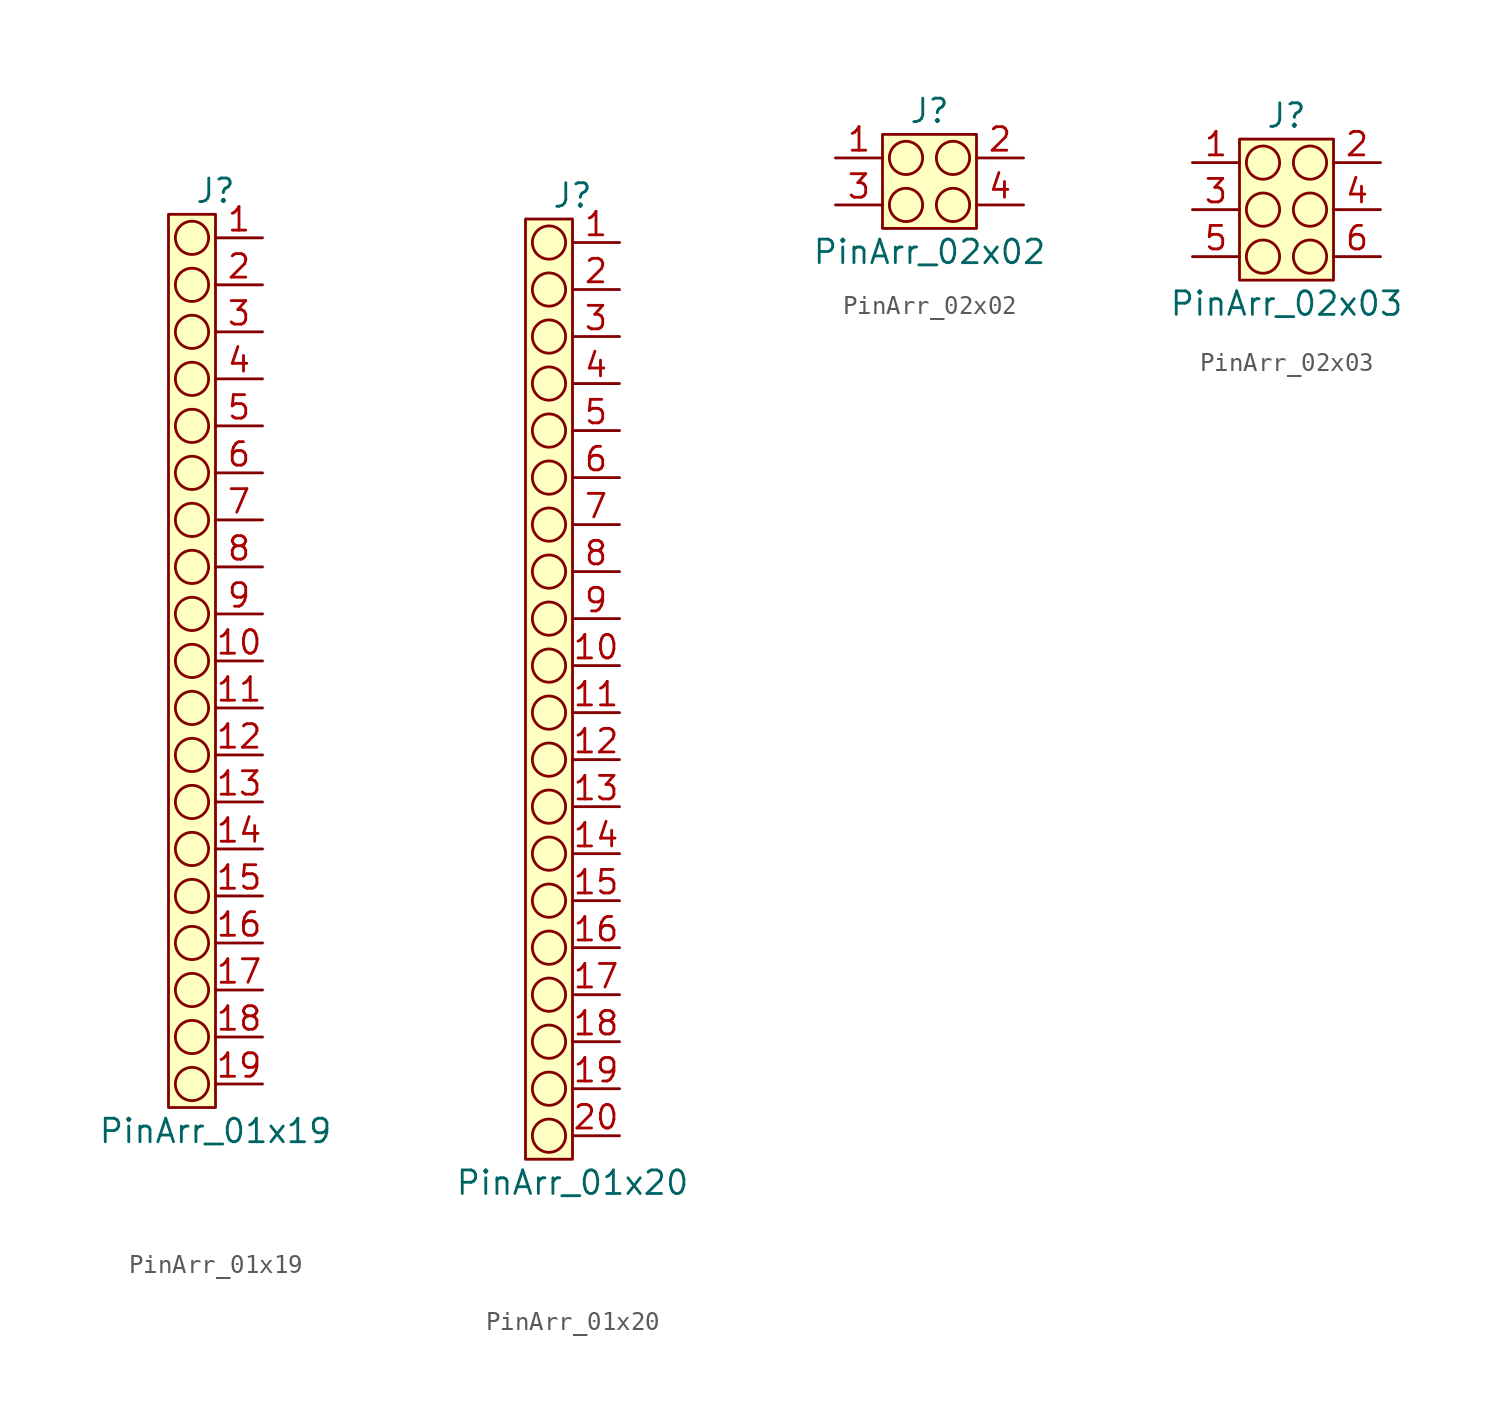
<source format=kicad_sym>
(kicad_symbol_lib
  (version 20220914)
  (generator kicad_symbol_editor)
  (symbol "PinArr_01x19"
    (property "Reference" "J"
      (at 0 25.4 0)
      (effects (font (size 1.27 1.27))))
    (property "Value" "PinArr_01x19"
      (at 0 -25.4 0)
      (effects (font (size 1.27 1.27))))
    (symbol "PinArr_01x19_0_1"
      (circle (center -1.27 -22.86) (radius 0.898) (stroke (width 0) (type default)) (fill (type none)))
      (circle (center -1.27 -20.32) (radius 0.898) (stroke (width 0) (type default)) (fill (type none)))
      (circle (center -1.27 -17.78) (radius 0.898) (stroke (width 0) (type default)) (fill (type none)))
      (circle (center -1.27 -15.24) (radius 0.898) (stroke (width 0) (type default)) (fill (type none)))
      (circle (center -1.27 -12.7) (radius 0.898) (stroke (width 0) (type default)) (fill (type none)))
      (circle (center -1.27 -10.16) (radius 0.898) (stroke (width 0) (type default)) (fill (type none)))
      (circle (center -1.27 -7.62) (radius 0.898) (stroke (width 0) (type default)) (fill (type none)))
      (circle (center -1.27 -5.08) (radius 0.898) (stroke (width 0) (type default)) (fill (type none)))
      (circle (center -1.27 -2.54) (radius 0.898) (stroke (width 0) (type default)) (fill (type none)))
      (circle (center -1.27 0) (radius 0.898) (stroke (width 0) (type default)) (fill (type none)))
      (circle (center -1.27 2.54) (radius 0.898) (stroke (width 0) (type default)) (fill (type none)))
      (circle (center -1.27 5.08) (radius 0.898) (stroke (width 0) (type default)) (fill (type none)))
      (circle (center -1.27 7.62) (radius 0.898) (stroke (width 0) (type default)) (fill (type none)))
      (circle (center -1.27 10.16) (radius 0.898) (stroke (width 0) (type default)) (fill (type none)))
      (circle (center -1.27 12.7) (radius 0.898) (stroke (width 0) (type default)) (fill (type none)))
      (circle (center -1.27 15.24) (radius 0.898) (stroke (width 0) (type default)) (fill (type none)))
      (circle (center -1.27 17.78) (radius 0.898) (stroke (width 0) (type default)) (fill (type none)))
      (circle (center -1.27 20.32) (radius 0.898) (stroke (width 0) (type default)) (fill (type none)))
      (circle (center -1.27 22.86) (radius 0.898) (stroke (width 0) (type default)) (fill (type none))))
    (symbol "PinArr_01x19_1_1"
      (rectangle (start -2.54 24.13) (end 0 -24.13) (stroke (width 0) (type default)) (fill (type background)))
      (pin passive line (at 2.54 22.86 180) (length 2.54) (name "" (effects (font (size 1.27 1.27)))) (number "1" (effects (font (size 1.27 1.27)))))
      (pin passive line (at 2.54 0 180) (length 2.54) (name "" (effects (font (size 1.27 1.27)))) (number "10" (effects (font (size 1.27 1.27)))))
      (pin passive line (at 2.54 -2.54 180) (length 2.54) (name "" (effects (font (size 1.27 1.27)))) (number "11" (effects (font (size 1.27 1.27)))))
      (pin passive line (at 2.54 -5.08 180) (length 2.54) (name "" (effects (font (size 1.27 1.27)))) (number "12" (effects (font (size 1.27 1.27)))))
      (pin passive line (at 2.54 -7.62 180) (length 2.54) (name "" (effects (font (size 1.27 1.27)))) (number "13" (effects (font (size 1.27 1.27)))))
      (pin passive line (at 2.54 -10.16 180) (length 2.54) (name "" (effects (font (size 1.27 1.27)))) (number "14" (effects (font (size 1.27 1.27)))))
      (pin passive line (at 2.54 -12.7 180) (length 2.54) (name "" (effects (font (size 1.27 1.27)))) (number "15" (effects (font (size 1.27 1.27)))))
      (pin passive line (at 2.54 -15.24 180) (length 2.54) (name "" (effects (font (size 1.27 1.27)))) (number "16" (effects (font (size 1.27 1.27)))))
      (pin passive line (at 2.54 -17.78 180) (length 2.54) (name "" (effects (font (size 1.27 1.27)))) (number "17" (effects (font (size 1.27 1.27)))))
      (pin passive line (at 2.54 -20.32 180) (length 2.54) (name "" (effects (font (size 1.27 1.27)))) (number "18" (effects (font (size 1.27 1.27)))))
      (pin passive line (at 2.54 -22.86 180) (length 2.54) (name "" (effects (font (size 1.27 1.27)))) (number "19" (effects (font (size 1.27 1.27)))))
      (pin passive line (at 2.54 20.32 180) (length 2.54) (name "" (effects (font (size 1.27 1.27)))) (number "2" (effects (font (size 1.27 1.27)))))
      (pin passive line (at 2.54 17.78 180) (length 2.54) (name "" (effects (font (size 1.27 1.27)))) (number "3" (effects (font (size 1.27 1.27)))))
      (pin passive line (at 2.54 15.24 180) (length 2.54) (name "" (effects (font (size 1.27 1.27)))) (number "4" (effects (font (size 1.27 1.27)))))
      (pin passive line (at 2.54 12.7 180) (length 2.54) (name "" (effects (font (size 1.27 1.27)))) (number "5" (effects (font (size 1.27 1.27)))))
      (pin passive line (at 2.54 10.16 180) (length 2.54) (name "" (effects (font (size 1.27 1.27)))) (number "6" (effects (font (size 1.27 1.27)))))
      (pin passive line (at 2.54 7.62 180) (length 2.54) (name "" (effects (font (size 1.27 1.27)))) (number "7" (effects (font (size 1.27 1.27)))))
      (pin passive line (at 2.54 5.08 180) (length 2.54) (name "" (effects (font (size 1.27 1.27)))) (number "8" (effects (font (size 1.27 1.27)))))
      (pin passive line (at 2.54 2.54 180) (length 2.54) (name "" (effects (font (size 1.27 1.27)))) (number "9" (effects (font (size 1.27 1.27)))))))
  (symbol "PinArr_01x20"
    (property "Reference" "J"
      (at 0 26.67 0)
      (effects (font (size 1.27 1.27))))
    (property "Value" "PinArr_01x20"
      (at 0 -26.67 0)
      (effects (font (size 1.27 1.27))))
    (symbol "PinArr_01x20_0_1"
      (circle (center -1.27 -24.13) (radius 0.898) (stroke (width 0) (type default)) (fill (type none)))
      (circle (center -1.27 -21.59) (radius 0.898) (stroke (width 0) (type default)) (fill (type none)))
      (circle (center -1.27 -19.05) (radius 0.898) (stroke (width 0) (type default)) (fill (type none)))
      (circle (center -1.27 -16.51) (radius 0.898) (stroke (width 0) (type default)) (fill (type none)))
      (circle (center -1.27 -13.97) (radius 0.898) (stroke (width 0) (type default)) (fill (type none)))
      (circle (center -1.27 -11.43) (radius 0.898) (stroke (width 0) (type default)) (fill (type none)))
      (circle (center -1.27 -8.89) (radius 0.898) (stroke (width 0) (type default)) (fill (type none)))
      (circle (center -1.27 -6.35) (radius 0.898) (stroke (width 0) (type default)) (fill (type none)))
      (circle (center -1.27 -3.81) (radius 0.898) (stroke (width 0) (type default)) (fill (type none)))
      (circle (center -1.27 -1.27) (radius 0.898) (stroke (width 0) (type default)) (fill (type none)))
      (circle (center -1.27 1.27) (radius 0.898) (stroke (width 0) (type default)) (fill (type none)))
      (circle (center -1.27 3.81) (radius 0.898) (stroke (width 0) (type default)) (fill (type none)))
      (circle (center -1.27 6.35) (radius 0.898) (stroke (width 0) (type default)) (fill (type none)))
      (circle (center -1.27 8.89) (radius 0.898) (stroke (width 0) (type default)) (fill (type none)))
      (circle (center -1.27 11.43) (radius 0.898) (stroke (width 0) (type default)) (fill (type none)))
      (circle (center -1.27 13.97) (radius 0.898) (stroke (width 0) (type default)) (fill (type none)))
      (circle (center -1.27 16.51) (radius 0.898) (stroke (width 0) (type default)) (fill (type none)))
      (circle (center -1.27 19.05) (radius 0.898) (stroke (width 0) (type default)) (fill (type none)))
      (circle (center -1.27 21.59) (radius 0.898) (stroke (width 0) (type default)) (fill (type none)))
      (circle (center -1.27 24.13) (radius 0.898) (stroke (width 0) (type default)) (fill (type none))))
    (symbol "PinArr_01x20_1_1"
      (rectangle (start -2.54 25.4) (end 0 -25.4) (stroke (width 0) (type default)) (fill (type background)))
      (pin passive line (at 2.54 24.13 180) (length 2.54) (name "" (effects (font (size 1.27 1.27)))) (number "1" (effects (font (size 1.27 1.27)))))
      (pin passive line (at 2.54 1.27 180) (length 2.54) (name "" (effects (font (size 1.27 1.27)))) (number "10" (effects (font (size 1.27 1.27)))))
      (pin passive line (at 2.54 -1.27 180) (length 2.54) (name "" (effects (font (size 1.27 1.27)))) (number "11" (effects (font (size 1.27 1.27)))))
      (pin passive line (at 2.54 -3.81 180) (length 2.54) (name "" (effects (font (size 1.27 1.27)))) (number "12" (effects (font (size 1.27 1.27)))))
      (pin passive line (at 2.54 -6.35 180) (length 2.54) (name "" (effects (font (size 1.27 1.27)))) (number "13" (effects (font (size 1.27 1.27)))))
      (pin passive line (at 2.54 -8.89 180) (length 2.54) (name "" (effects (font (size 1.27 1.27)))) (number "14" (effects (font (size 1.27 1.27)))))
      (pin passive line (at 2.54 -11.43 180) (length 2.54) (name "" (effects (font (size 1.27 1.27)))) (number "15" (effects (font (size 1.27 1.27)))))
      (pin passive line (at 2.54 -13.97 180) (length 2.54) (name "" (effects (font (size 1.27 1.27)))) (number "16" (effects (font (size 1.27 1.27)))))
      (pin passive line (at 2.54 -16.51 180) (length 2.54) (name "" (effects (font (size 1.27 1.27)))) (number "17" (effects (font (size 1.27 1.27)))))
      (pin passive line (at 2.54 -19.05 180) (length 2.54) (name "" (effects (font (size 1.27 1.27)))) (number "18" (effects (font (size 1.27 1.27)))))
      (pin passive line (at 2.54 -21.59 180) (length 2.54) (name "" (effects (font (size 1.27 1.27)))) (number "19" (effects (font (size 1.27 1.27)))))
      (pin passive line (at 2.54 21.59 180) (length 2.54) (name "" (effects (font (size 1.27 1.27)))) (number "2" (effects (font (size 1.27 1.27)))))
      (pin passive line (at 2.54 -24.13 180) (length 2.54) (name "" (effects (font (size 1.27 1.27)))) (number "20" (effects (font (size 1.27 1.27)))))
      (pin passive line (at 2.54 19.05 180) (length 2.54) (name "" (effects (font (size 1.27 1.27)))) (number "3" (effects (font (size 1.27 1.27)))))
      (pin passive line (at 2.54 16.51 180) (length 2.54) (name "" (effects (font (size 1.27 1.27)))) (number "4" (effects (font (size 1.27 1.27)))))
      (pin passive line (at 2.54 13.97 180) (length 2.54) (name "" (effects (font (size 1.27 1.27)))) (number "5" (effects (font (size 1.27 1.27)))))
      (pin passive line (at 2.54 11.43 180) (length 2.54) (name "" (effects (font (size 1.27 1.27)))) (number "6" (effects (font (size 1.27 1.27)))))
      (pin passive line (at 2.54 8.89 180) (length 2.54) (name "" (effects (font (size 1.27 1.27)))) (number "7" (effects (font (size 1.27 1.27)))))
      (pin passive line (at 2.54 6.35 180) (length 2.54) (name "" (effects (font (size 1.27 1.27)))) (number "8" (effects (font (size 1.27 1.27)))))
      (pin passive line (at 2.54 3.81 180) (length 2.54) (name "" (effects (font (size 1.27 1.27)))) (number "9" (effects (font (size 1.27 1.27)))))))
  (symbol "PinArr_02x02"
    (property "Reference" "J"
      (at 0 3.81 0)
      (effects (font (size 1.27 1.27))))
    (property "Value" "PinArr_02x02"
      (at 0 -3.81 0)
      (effects (font (size 1.27 1.27))))
    (symbol "PinArr_02x02_0_1"
      (circle (center -1.27 -1.27) (radius 0.898) (stroke (width 0) (type default)) (fill (type none)))
      (circle (center -1.27 1.27) (radius 0.898) (stroke (width 0) (type default)) (fill (type none)))
      (circle (center 1.27 -1.27) (radius 0.898) (stroke (width 0) (type default)) (fill (type none)))
      (circle (center 1.27 1.27) (radius 0.898) (stroke (width 0) (type default)) (fill (type none))))
    (symbol "PinArr_02x02_1_1"
      (rectangle (start -2.54 2.54) (end 2.54 -2.54) (stroke (width 0) (type default)) (fill (type background)))
      (pin passive line (at -5.08 1.27 0) (length 2.54) (name "" (effects (font (size 1.27 1.27)))) (number "1" (effects (font (size 1.27 1.27)))))
      (pin passive line (at 5.08 1.27 180) (length 2.54) (name "" (effects (font (size 1.27 1.27)))) (number "2" (effects (font (size 1.27 1.27)))))
      (pin passive line (at -5.08 -1.27 0) (length 2.54) (name "" (effects (font (size 1.27 1.27)))) (number "3" (effects (font (size 1.27 1.27)))))
      (pin passive line (at 5.08 -1.27 180) (length 2.54) (name "" (effects (font (size 1.27 1.27)))) (number "4" (effects (font (size 1.27 1.27)))))))
  (symbol "PinArr_02x03"
    (property "Reference" "J"
      (at 0 5.08 0)
      (effects (font (size 1.27 1.27))))
    (property "Value" "PinArr_02x03"
      (at 0 -5.08 0)
      (effects (font (size 1.27 1.27))))
    (symbol "PinArr_02x03_0_1"
      (circle (center -1.27 -2.54) (radius 0.898) (stroke (width 0) (type default)) (fill (type none)))
      (circle (center -1.27 0) (radius 0.898) (stroke (width 0) (type default)) (fill (type none)))
      (circle (center -1.27 2.54) (radius 0.898) (stroke (width 0) (type default)) (fill (type none)))
      (circle (center 1.27 -2.54) (radius 0.898) (stroke (width 0) (type default)) (fill (type none)))
      (circle (center 1.27 0) (radius 0.898) (stroke (width 0) (type default)) (fill (type none)))
      (circle (center 1.27 2.54) (radius 0.898) (stroke (width 0) (type default)) (fill (type none))))
    (symbol "PinArr_02x03_1_1"
      (rectangle (start -2.54 3.81) (end 2.54 -3.81) (stroke (width 0) (type default)) (fill (type background)))
      (pin passive line (at -5.08 2.54 0) (length 2.54) (name "" (effects (font (size 1.27 1.27)))) (number "1" (effects (font (size 1.27 1.27)))))
      (pin passive line (at 5.08 2.54 180) (length 2.54) (name "" (effects (font (size 1.27 1.27)))) (number "2" (effects (font (size 1.27 1.27)))))
      (pin passive line (at -5.08 0 0) (length 2.54) (name "" (effects (font (size 1.27 1.27)))) (number "3" (effects (font (size 1.27 1.27)))))
      (pin passive line (at 5.08 0 180) (length 2.54) (name "" (effects (font (size 1.27 1.27)))) (number "4" (effects (font (size 1.27 1.27)))))
      (pin passive line (at -5.08 -2.54 0) (length 2.54) (name "" (effects (font (size 1.27 1.27)))) (number "5" (effects (font (size 1.27 1.27)))))
      (pin passive line (at 5.08 -2.54 180) (length 2.54) (name "" (effects (font (size 1.27 1.27)))) (number "6" (effects (font (size 1.27 1.27))))))))
</source>
